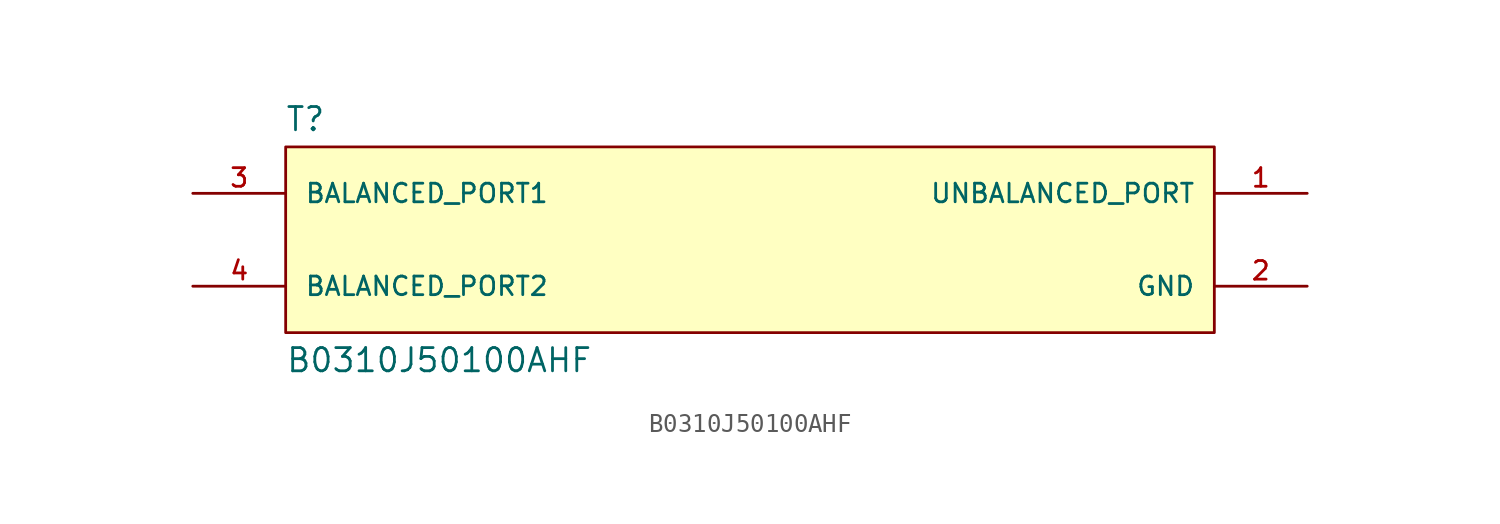
<source format=kicad_sym>
(kicad_symbol_lib
  (version 20220914)
  (generator kicad_symbol_editor)
  (symbol "B0310J50100AHF"
    (pin_names
      (offset 1.016))
    (property "Reference" "T"
      (at -25.446 5.853 0)
      (effects (font (size 1.27 1.27)) (justify left bottom)))
    (property "Value" "B0310J50100AHF"
      (at -25.418 -5.846 0)
      (effects (font (size 1.27 1.27)) (justify left top)))
    (symbol "B0310J50100AHF_0_0"
      (pin passive line (at 30.48 2.54 180) (length 5.08) (name "UNBALANCED_PORT" (effects (font (size 1.016 1.016)))) (number "1" (effects (font (size 1.016 1.016)))))
      (pin power_in line (at 30.48 -2.54 180) (length 5.08) (name "GND" (effects (font (size 1.016 1.016)))) (number "2" (effects (font (size 1.016 1.016)))))
      (pin passive line (at -30.48 2.54 0) (length 5.08) (name "BALANCED_PORT1" (effects (font (size 1.016 1.016)))) (number "3" (effects (font (size 1.016 1.016)))))
      (pin passive line (at -30.48 -2.54 0) (length 5.08) (name "BALANCED_PORT2" (effects (font (size 1.016 1.016)))) (number "4" (effects (font (size 1.016 1.016))))))
    (symbol "B0310J50100AHF_1_0"
      (rectangle (start -25.4 5.08) (end 25.4 -5.08) (stroke (width 0) (type default)) (fill (type background))))))
</source>
